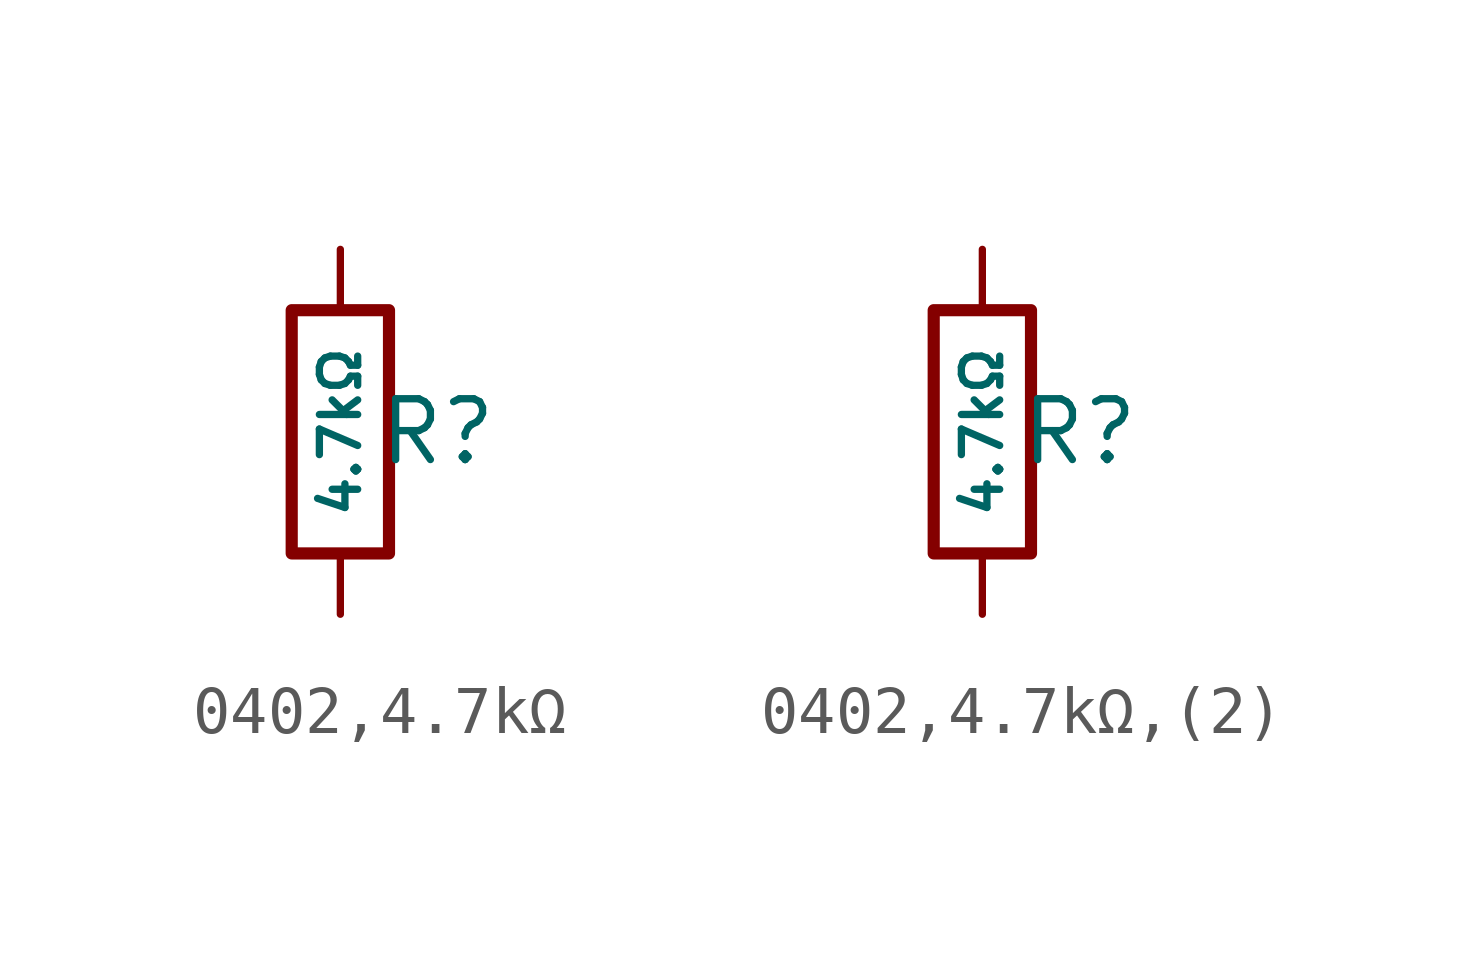
<source format=kicad_sym>
(kicad_symbol_lib
  (version 20231120)
  (generator "CDFER")
  (generator_version "8.0")
  (symbol "0402,4.7kΩ"
    (pin_numbers hide)
    (pin_names
      (offset 0))
    (property "Reference" "R"
      (at 2.032 0 0)
      (effects (font (size 1.27 1.27)) (hide no)))
    (property "Value" "4.7kΩ"
      (at 0 0 90)
      (do_not_autoplace)
      (effects (font (size 0.8 0.8)) (hide no)))
    (symbol "0402,4.7kΩ_0_1"
      (rectangle (start -1.016 2.54) (end 1.016 -2.54) (stroke (width 0.254) (type default)) (fill (type none))))
    (symbol "0402,4.7kΩ_1_1"
      (pin passive line (at 0 3.81 270) (length 1.27) (name "~" (effects (font (size 1.27 1.27)))) (number "1" (effects (font (size 1.27 1.27)))))
      (pin passive line (at 0 -3.81 90) (length 1.27) (name "~" (effects (font (size 1.27 1.27)))) (number "2" (effects (font (size 1.27 1.27)))))))
  (symbol "0402,4.7kΩ,(2)"
    (pin_numbers hide)
    (pin_names
      (offset 0))
    (property "Reference" "R"
      (at 2.032 0 0)
      (effects (font (size 1.27 1.27)) (hide no)))
    (property "Value" "4.7kΩ"
      (at 0 0 90)
      (do_not_autoplace)
      (effects (font (size 0.8 0.8)) (hide no)))
    (symbol "0402,4.7kΩ,(2)_0_1"
      (rectangle (start -1.016 2.54) (end 1.016 -2.54) (stroke (width 0.254) (type default)) (fill (type none))))
    (symbol "0402,4.7kΩ,(2)_1_1"
      (pin passive line (at 0 3.81 270) (length 1.27) (name "~" (effects (font (size 1.27 1.27)))) (number "1" (effects (font (size 1.27 1.27)))))
      (pin passive line (at 0 -3.81 90) (length 1.27) (name "~" (effects (font (size 1.27 1.27)))) (number "2" (effects (font (size 1.27 1.27))))))))
</source>
